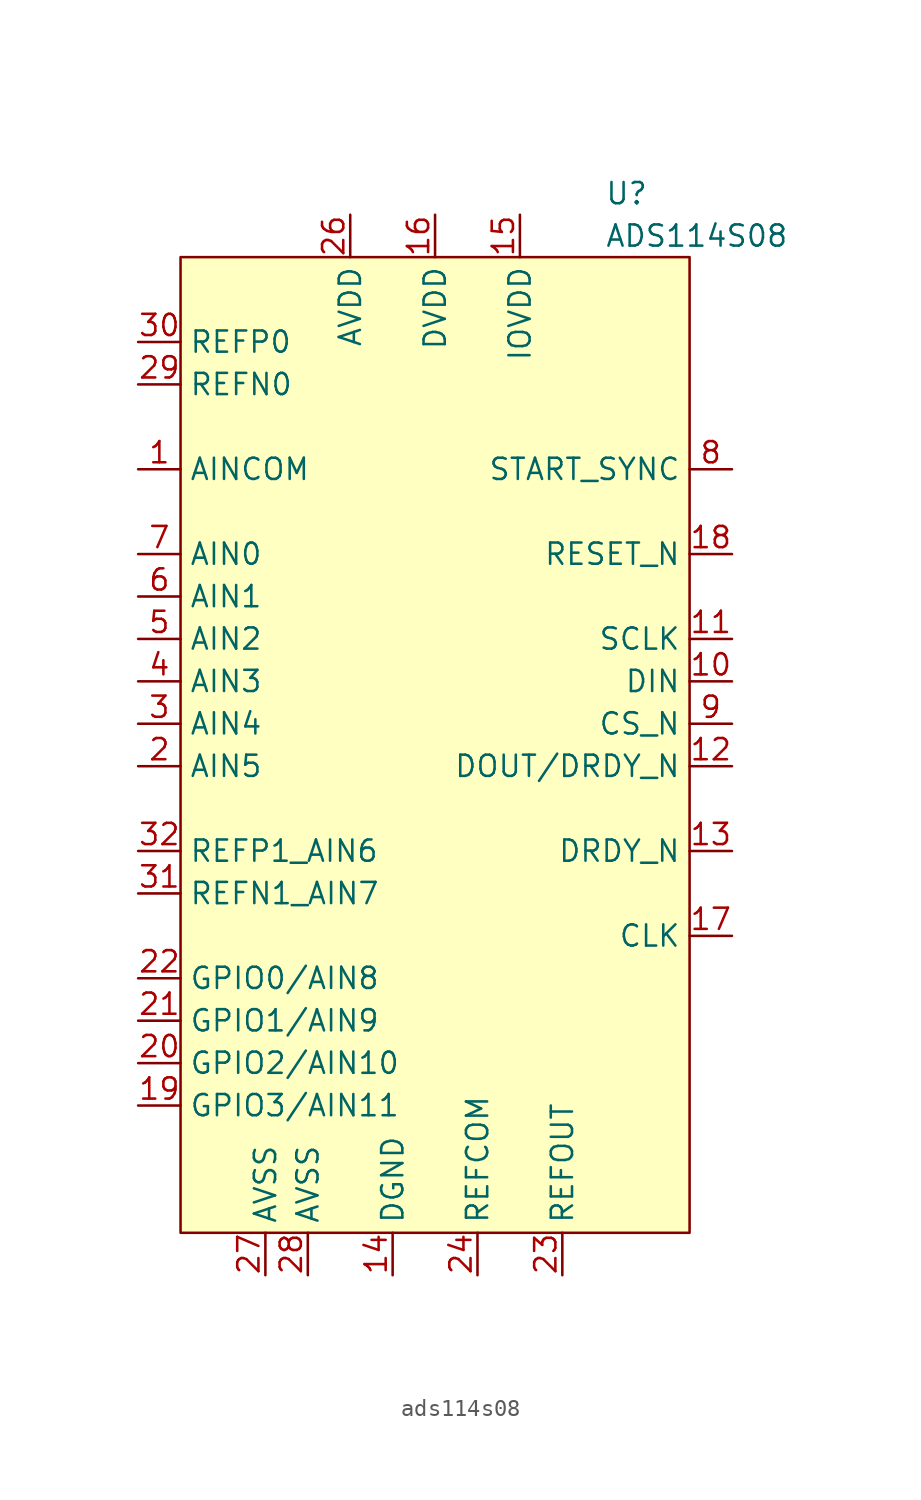
<source format=kicad_sym>
(kicad_symbol_lib
  (version 20241209)
  (generator "kicad_symbol_editor")
  (generator_version "9.0")
  (symbol "ads114s08"
    (property "Reference" "U"
      (at 10.16 33.02 0)
      (effects (font (size 1.27 1.27)) (justify left)))
    (property "Value" "ADS114S08"
      (at 10.16 30.48 0)
      (effects (font (size 1.27 1.27)) (justify left)))
    (symbol "ads114s08_0_1"
      (pin input line (at -17.78 24.13 0) (length 2.54) (name "REFP0" (effects (font (size 1.27 1.27)))) (number "30" (effects (font (size 1.27 1.27)))))
      (pin input line (at -17.78 21.59 0) (length 2.54) (name "REFN0" (effects (font (size 1.27 1.27)))) (number "29" (effects (font (size 1.27 1.27)))))
      (pin input line (at -17.78 16.51 0) (length 2.54) (name "AINCOM" (effects (font (size 1.27 1.27)))) (number "1" (effects (font (size 1.27 1.27)))))
      (pin input line (at -17.78 11.43 0) (length 2.54) (name "AIN0" (effects (font (size 1.27 1.27)))) (number "7" (effects (font (size 1.27 1.27)))))
      (pin input line (at -17.78 8.89 0) (length 2.54) (name "AIN1" (effects (font (size 1.27 1.27)))) (number "6" (effects (font (size 1.27 1.27)))))
      (pin input line (at -17.78 6.35 0) (length 2.54) (name "AIN2" (effects (font (size 1.27 1.27)))) (number "5" (effects (font (size 1.27 1.27)))))
      (pin input line (at -17.78 3.81 0) (length 2.54) (name "AIN3" (effects (font (size 1.27 1.27)))) (number "4" (effects (font (size 1.27 1.27)))))
      (pin input line (at -17.78 1.27 0) (length 2.54) (name "AIN4" (effects (font (size 1.27 1.27)))) (number "3" (effects (font (size 1.27 1.27)))))
      (pin input line (at -17.78 -1.27 0) (length 2.54) (name "AIN5" (effects (font (size 1.27 1.27)))) (number "2" (effects (font (size 1.27 1.27)))))
      (pin input line (at -17.78 -6.35 0) (length 2.54) (name "REFP1_AIN6" (effects (font (size 1.27 1.27)))) (number "32" (effects (font (size 1.27 1.27)))))
      (pin input line (at -17.78 -8.89 0) (length 2.54) (name "REFN1_AIN7" (effects (font (size 1.27 1.27)))) (number "31" (effects (font (size 1.27 1.27)))))
      (pin power_in line (at -10.16 -31.75 90) (length 2.54) (name "AVSS" (effects (font (size 1.27 1.27)))) (number "27" (effects (font (size 1.27 1.27)))))
      (pin power_in line (at -7.62 -31.75 90) (length 2.54) (name "AVSS" (effects (font (size 1.27 1.27)))) (number "28" (effects (font (size 1.27 1.27)))))
      (pin power_in line (at -5.08 31.75 270) (length 2.54) (name "AVDD" (effects (font (size 1.27 1.27)))) (number "26" (effects (font (size 1.27 1.27)))))
      (pin power_in line (at -2.54 -31.75 90) (length 2.54) (name "DGND" (effects (font (size 1.27 1.27)))) (number "14" (effects (font (size 1.27 1.27)))))
      (pin power_in line (at 0 31.75 270) (length 2.54) (name "DVDD" (effects (font (size 1.27 1.27)))) (number "16" (effects (font (size 1.27 1.27)))))
      (pin power_in line (at 2.54 -31.75 90) (length 2.54) (name "REFCOM" (effects (font (size 1.27 1.27)))) (number "24" (effects (font (size 1.27 1.27)))))
      (pin power_in line (at 5.08 31.75 270) (length 2.54) (name "IOVDD" (effects (font (size 1.27 1.27)))) (number "15" (effects (font (size 1.27 1.27)))))
      (pin input line (at 17.78 16.51 180) (length 2.54) (name "START_SYNC" (effects (font (size 1.27 1.27)))) (number "8" (effects (font (size 1.27 1.27)))))
      (pin input line (at 17.78 11.43 180) (length 2.54) (name "RESET_N" (effects (font (size 1.27 1.27)))) (number "18" (effects (font (size 1.27 1.27)))))
      (pin input line (at 17.78 6.35 180) (length 2.54) (name "SCLK" (effects (font (size 1.27 1.27)))) (number "11" (effects (font (size 1.27 1.27)))))
      (pin input line (at 17.78 3.81 180) (length 2.54) (name "DIN" (effects (font (size 1.27 1.27)))) (number "10" (effects (font (size 1.27 1.27)))))
      (pin input line (at 17.78 1.27 180) (length 2.54) (name "CS_N" (effects (font (size 1.27 1.27)))) (number "9" (effects (font (size 1.27 1.27)))))
      (pin output line (at 17.78 -6.35 180) (length 2.54) (name "DRDY_N" (effects (font (size 1.27 1.27)))) (number "13" (effects (font (size 1.27 1.27)))))
      (pin input line (at 17.78 -11.43 180) (length 2.54) (name "CLK" (effects (font (size 1.27 1.27)))) (number "17" (effects (font (size 1.27 1.27))))))
    (symbol "ads114s08_1_1"
      (rectangle (start -15.24 29.21) (end 15.24 -29.21) (stroke (width 0) (type default)) (fill (type background)))
      (pin bidirectional line (at -17.78 -13.97 0) (length 2.54) (name "GPIO0/AIN8" (effects (font (size 1.27 1.27)))) (number "22" (effects (font (size 1.27 1.27)))))
      (pin bidirectional line (at -17.78 -16.51 0) (length 2.54) (name "GPIO1/AIN9" (effects (font (size 1.27 1.27)))) (number "21" (effects (font (size 1.27 1.27)))))
      (pin bidirectional line (at -17.78 -19.05 0) (length 2.54) (name "GPIO2/AIN10" (effects (font (size 1.27 1.27)))) (number "20" (effects (font (size 1.27 1.27)))))
      (pin bidirectional line (at -17.78 -21.59 0) (length 2.54) (name "GPIO3/AIN11" (effects (font (size 1.27 1.27)))) (number "19" (effects (font (size 1.27 1.27)))))
      (pin passive line (at 7.62 -31.75 90) (length 2.54) (name "REFOUT" (effects (font (size 1.27 1.27)))) (number "23" (effects (font (size 1.27 1.27)))))
      (pin no_connect line (at 10.16 -31.75 90) (length 2.54) (hide yes) (name "NC" (effects (font (size 1.27 1.27)))) (number "25" (effects (font (size 1.27 1.27)))))
      (pin output line (at 17.78 -1.27 180) (length 2.54) (name "DOUT/DRDY_N" (effects (font (size 1.27 1.27)))) (number "12" (effects (font (size 1.27 1.27))))))))
</source>
